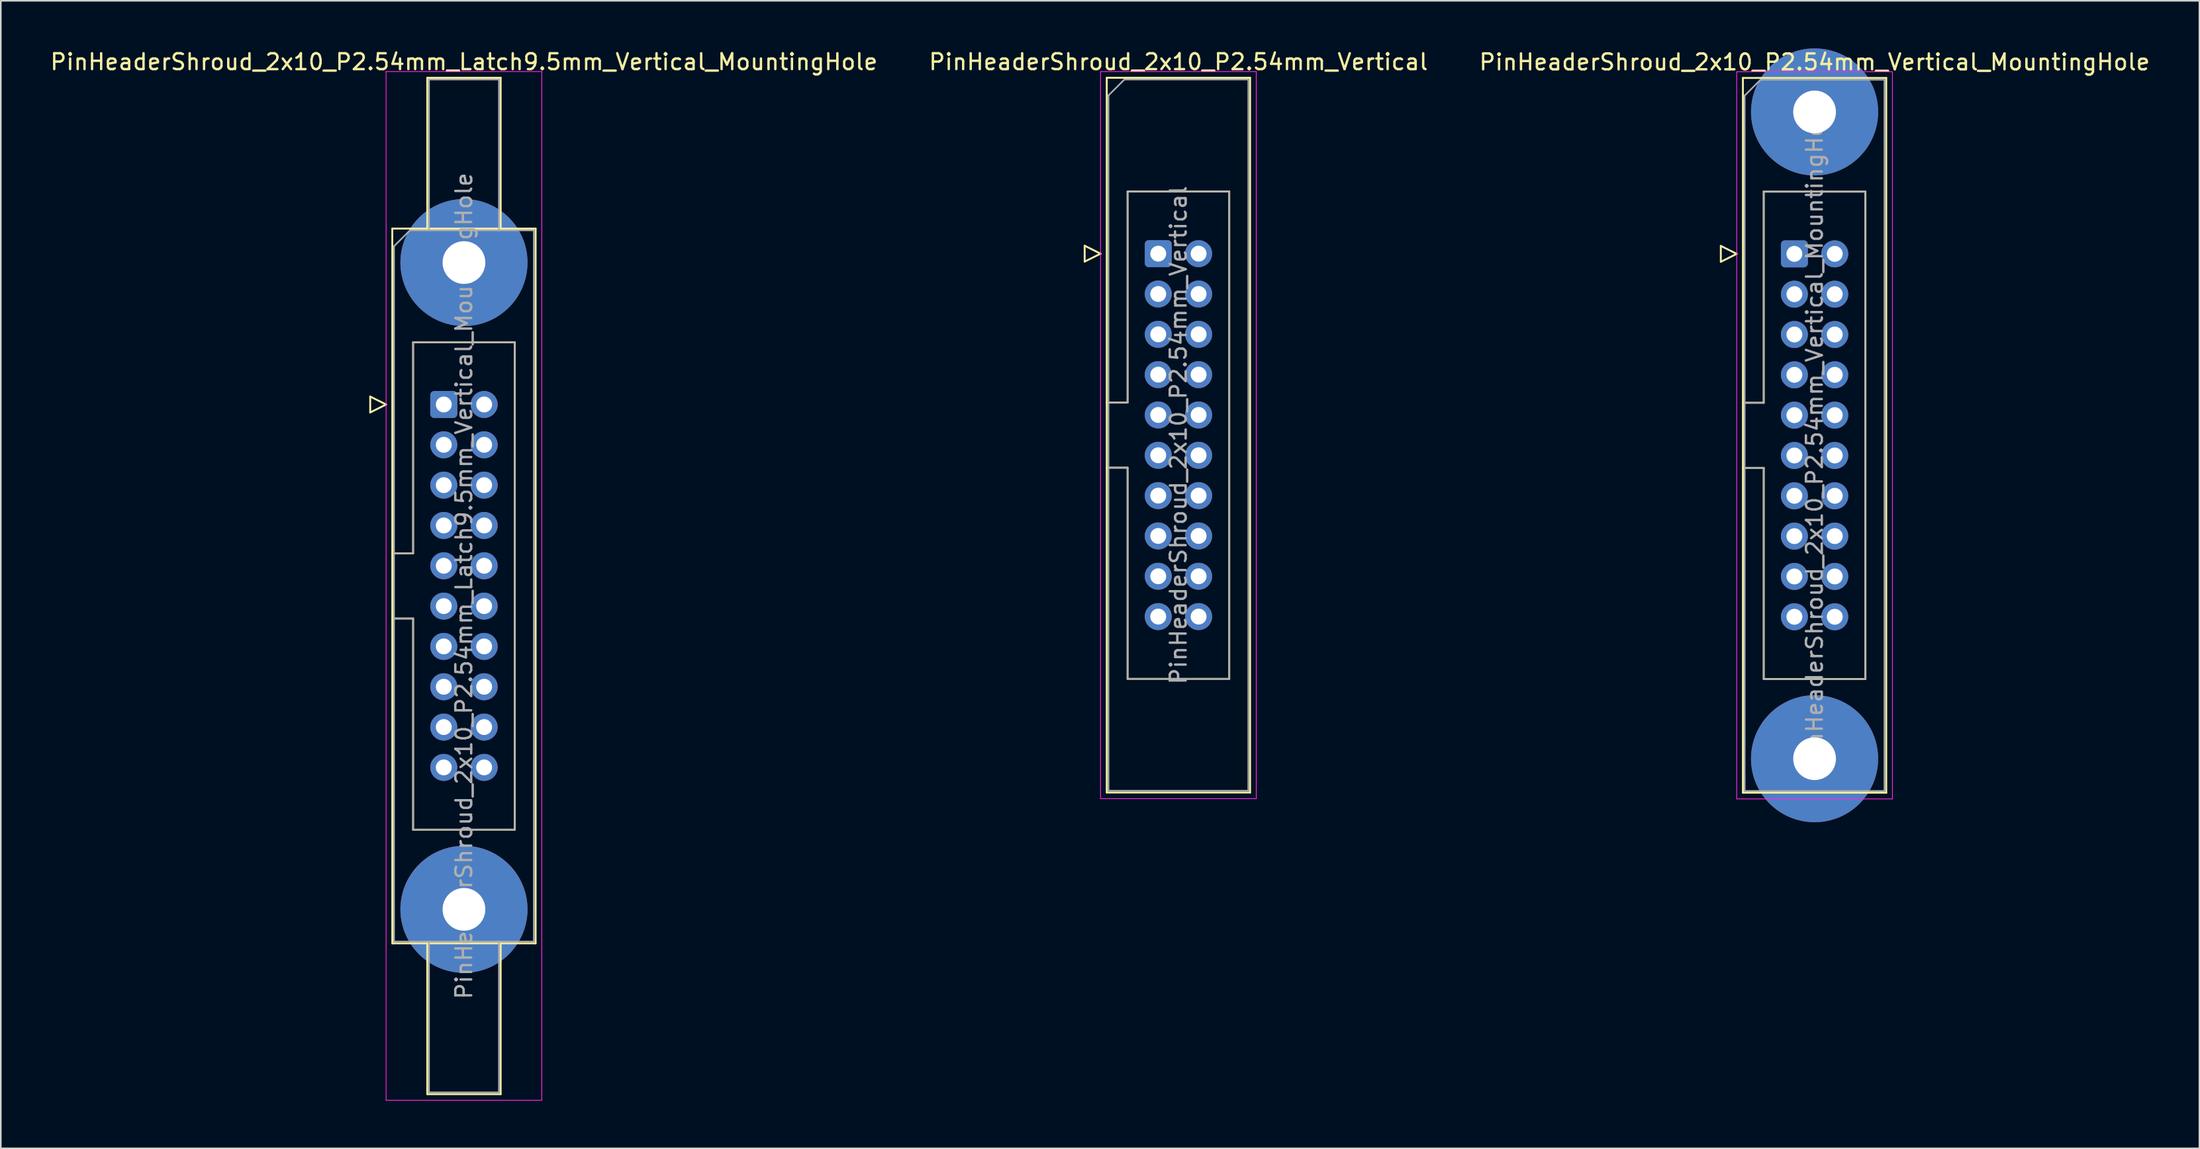
<source format=kicad_pcb>
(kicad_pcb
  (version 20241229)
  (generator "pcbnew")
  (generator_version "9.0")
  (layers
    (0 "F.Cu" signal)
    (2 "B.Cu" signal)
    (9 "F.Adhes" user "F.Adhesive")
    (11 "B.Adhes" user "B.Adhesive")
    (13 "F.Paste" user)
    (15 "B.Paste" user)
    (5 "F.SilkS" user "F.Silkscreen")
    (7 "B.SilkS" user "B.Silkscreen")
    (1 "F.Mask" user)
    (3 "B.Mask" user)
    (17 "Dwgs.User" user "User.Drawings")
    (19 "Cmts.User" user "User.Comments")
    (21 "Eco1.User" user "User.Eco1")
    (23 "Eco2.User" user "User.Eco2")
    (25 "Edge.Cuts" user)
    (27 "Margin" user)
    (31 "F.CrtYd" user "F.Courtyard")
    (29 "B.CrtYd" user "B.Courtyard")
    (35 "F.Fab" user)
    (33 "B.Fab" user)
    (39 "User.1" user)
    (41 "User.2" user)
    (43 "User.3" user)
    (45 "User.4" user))
  (footprint "PinHeaderShroud_2x10_P2.54mm_Vertical"
    (layer "F.Cu")
    (at 69.843 12.928)
    (property "Reference" "PinHeaderShroud_2x10_P2.54mm_Vertical" (at 1.27 -12.08 0) (layer "F.SilkS") (effects (font (size 1 1) (thickness 0.15))))
    (attr through_hole)
    (fp_line (start -4.63 -0.5) (end -4.63 0.5) (stroke (width 0.12) (type solid)) (layer "F.SilkS"))
    (fp_line (start -4.63 0.5) (end -3.63 0) (stroke (width 0.12) (type solid)) (layer "F.SilkS"))
    (fp_line (start -3.63 0) (end -4.63 -0.5) (stroke (width 0.12) (type solid)) (layer "F.SilkS"))
    (fp_line (start -3.24 -11.08) (end 5.78 -11.08) (stroke (width 0.12) (type solid)) (layer "F.SilkS"))
    (fp_line (start -3.24 9.38) (end -1.93 9.38) (stroke (width 0.12) (type solid)) (layer "F.SilkS"))
    (fp_line (start -3.24 13.48) (end -1.93 13.48) (stroke (width 0.12) (type solid)) (layer "F.SilkS"))
    (fp_line (start -3.24 33.94) (end -3.24 -11.08) (stroke (width 0.12) (type solid)) (layer "F.SilkS"))
    (fp_line (start -1.93 -3.92) (end 4.47 -3.92) (stroke (width 0.12) (type solid)) (layer "F.SilkS"))
    (fp_line (start -1.93 9.38) (end -1.93 -3.92) (stroke (width 0.12) (type solid)) (layer "F.SilkS"))
    (fp_line (start -1.93 26.78) (end -1.93 13.48) (stroke (width 0.12) (type solid)) (layer "F.SilkS"))
    (fp_line (start 4.47 -3.92) (end 4.47 26.78) (stroke (width 0.12) (type solid)) (layer "F.SilkS"))
    (fp_line (start 4.47 26.78) (end -1.93 26.78) (stroke (width 0.12) (type solid)) (layer "F.SilkS"))
    (fp_line (start 5.78 -11.08) (end 5.78 33.94) (stroke (width 0.12) (type solid)) (layer "F.SilkS"))
    (fp_line (start 5.78 33.94) (end -3.24 33.94) (stroke (width 0.12) (type solid)) (layer "F.SilkS"))
    (fp_line (start -3.63 -11.47) (end -3.63 34.33) (stroke (width 0.05) (type solid)) (layer "F.CrtYd"))
    (fp_line (start -3.63 34.33) (end 6.17 34.33) (stroke (width 0.05) (type solid)) (layer "F.CrtYd"))
    (fp_line (start 6.17 -11.47) (end -3.63 -11.47) (stroke (width 0.05) (type solid)) (layer "F.CrtYd"))
    (fp_line (start 6.17 34.33) (end 6.17 -11.47) (stroke (width 0.05) (type solid)) (layer "F.CrtYd"))
    (fp_line (start -3.13 -9.97) (end -2.13 -10.97) (stroke (width 0.1) (type solid)) (layer "F.Fab"))
    (fp_line (start -3.13 9.38) (end -1.93 9.38) (stroke (width 0.1) (type solid)) (layer "F.Fab"))
    (fp_line (start -3.13 13.48) (end -1.93 13.48) (stroke (width 0.1) (type solid)) (layer "F.Fab"))
    (fp_line (start -3.13 33.83) (end -3.13 -9.97) (stroke (width 0.1) (type solid)) (layer "F.Fab"))
    (fp_line (start -2.13 -10.97) (end 5.67 -10.97) (stroke (width 0.1) (type solid)) (layer "F.Fab"))
    (fp_line (start -1.93 -3.92) (end 4.47 -3.92) (stroke (width 0.1) (type solid)) (layer "F.Fab"))
    (fp_line (start -1.93 9.38) (end -1.93 -3.92) (stroke (width 0.1) (type solid)) (layer "F.Fab"))
    (fp_line (start -1.93 26.78) (end -1.93 13.48) (stroke (width 0.1) (type solid)) (layer "F.Fab"))
    (fp_line (start 4.47 -3.92) (end 4.47 26.78) (stroke (width 0.1) (type solid)) (layer "F.Fab"))
    (fp_line (start 4.47 26.78) (end -1.93 26.78) (stroke (width 0.1) (type solid)) (layer "F.Fab"))
    (fp_line (start 5.67 -10.97) (end 5.67 33.83) (stroke (width 0.1) (type solid)) (layer "F.Fab"))
    (fp_line (start 5.67 33.83) (end -3.13 33.83) (stroke (width 0.1) (type solid)) (layer "F.Fab"))
    (fp_text user "${REFERENCE}" (at 1.27 11.43 90) (layer "F.Fab") (effects (font (size 1 1) (thickness 0.15))))
    (pad "1" thru_hole roundrect (at 0 0) (size 1.7 1.7) (drill 1) (layers "*.Cu" "*.Mask") (roundrect_rratio 0.147))
    (pad "2" thru_hole circle (at 2.54 0) (size 1.7 1.7) (drill 1) (layers "*.Cu" "*.Mask"))
    (pad "3" thru_hole circle (at 0 2.54) (size 1.7 1.7) (drill 1) (layers "*.Cu" "*.Mask"))
    (pad "4" thru_hole circle (at 2.54 2.54) (size 1.7 1.7) (drill 1) (layers "*.Cu" "*.Mask"))
    (pad "5" thru_hole circle (at 0 5.08) (size 1.7 1.7) (drill 1) (layers "*.Cu" "*.Mask"))
    (pad "6" thru_hole circle (at 2.54 5.08) (size 1.7 1.7) (drill 1) (layers "*.Cu" "*.Mask"))
    (pad "7" thru_hole circle (at 0 7.62) (size 1.7 1.7) (drill 1) (layers "*.Cu" "*.Mask"))
    (pad "8" thru_hole circle (at 2.54 7.62) (size 1.7 1.7) (drill 1) (layers "*.Cu" "*.Mask"))
    (pad "9" thru_hole circle (at 0 10.16) (size 1.7 1.7) (drill 1) (layers "*.Cu" "*.Mask"))
    (pad "10" thru_hole circle (at 2.54 10.16) (size 1.7 1.7) (drill 1) (layers "*.Cu" "*.Mask"))
    (pad "11" thru_hole circle (at 0 12.7) (size 1.7 1.7) (drill 1) (layers "*.Cu" "*.Mask"))
    (pad "12" thru_hole circle (at 2.54 12.7) (size 1.7 1.7) (drill 1) (layers "*.Cu" "*.Mask"))
    (pad "13" thru_hole circle (at 0 15.24) (size 1.7 1.7) (drill 1) (layers "*.Cu" "*.Mask"))
    (pad "14" thru_hole circle (at 2.54 15.24) (size 1.7 1.7) (drill 1) (layers "*.Cu" "*.Mask"))
    (pad "15" thru_hole circle (at 0 17.78) (size 1.7 1.7) (drill 1) (layers "*.Cu" "*.Mask"))
    (pad "16" thru_hole circle (at 2.54 17.78) (size 1.7 1.7) (drill 1) (layers "*.Cu" "*.Mask"))
    (pad "17" thru_hole circle (at 0 20.32) (size 1.7 1.7) (drill 1) (layers "*.Cu" "*.Mask"))
    (pad "18" thru_hole circle (at 2.54 20.32) (size 1.7 1.7) (drill 1) (layers "*.Cu" "*.Mask"))
    (pad "19" thru_hole circle (at 0 22.86) (size 1.7 1.7) (drill 1) (layers "*.Cu" "*.Mask"))
    (pad "20" thru_hole circle (at 2.54 22.86) (size 1.7 1.7) (drill 1) (layers "*.Cu" "*.Mask")))
  (footprint "PinHeaderShroud_2x10_P2.54mm_Latch9.5mm_Vertical_MountingHole"
    (layer "F.Cu")
    (at 24.879 22.428)
    (property "Reference" "PinHeaderShroud_2x10_P2.54mm_Latch9.5mm_Vertical_MountingHole" (at 1.27 -21.58 0) (layer "F.SilkS") (effects (font (size 1 1) (thickness 0.15))))
    (attr through_hole)
    (fp_line (start -4.63 -0.5) (end -4.63 0.5) (stroke (width 0.12) (type solid)) (layer "F.SilkS"))
    (fp_line (start -4.63 0.5) (end -3.63 0) (stroke (width 0.12) (type solid)) (layer "F.SilkS"))
    (fp_line (start -3.63 0) (end -4.63 -0.5) (stroke (width 0.12) (type solid)) (layer "F.SilkS"))
    (fp_line (start -3.24 -11.08) (end 5.78 -11.08) (stroke (width 0.12) (type solid)) (layer "F.SilkS"))
    (fp_line (start -3.24 9.38) (end -1.93 9.38) (stroke (width 0.12) (type solid)) (layer "F.SilkS"))
    (fp_line (start -3.24 13.48) (end -1.93 13.48) (stroke (width 0.12) (type solid)) (layer "F.SilkS"))
    (fp_line (start -3.24 33.94) (end -3.24 -11.08) (stroke (width 0.12) (type solid)) (layer "F.SilkS"))
    (fp_line (start -1.93 -3.92) (end 4.47 -3.92) (stroke (width 0.12) (type solid)) (layer "F.SilkS"))
    (fp_line (start -1.93 9.38) (end -1.93 -3.92) (stroke (width 0.12) (type solid)) (layer "F.SilkS"))
    (fp_line (start -1.93 26.78) (end -1.93 13.48) (stroke (width 0.12) (type solid)) (layer "F.SilkS"))
    (fp_line (start -1.04 -20.58) (end 3.58 -20.58) (stroke (width 0.12) (type solid)) (layer "F.SilkS"))
    (fp_line (start -1.04 -11.08) (end -1.04 -20.58) (stroke (width 0.12) (type solid)) (layer "F.SilkS"))
    (fp_line (start -1.04 33.94) (end -1.04 43.44) (stroke (width 0.12) (type solid)) (layer "F.SilkS"))
    (fp_line (start -1.04 43.44) (end 3.58 43.44) (stroke (width 0.12) (type solid)) (layer "F.SilkS"))
    (fp_line (start 3.58 -20.58) (end 3.58 -11.08) (stroke (width 0.12) (type solid)) (layer "F.SilkS"))
    (fp_line (start 3.58 43.44) (end 3.58 33.94) (stroke (width 0.12) (type solid)) (layer "F.SilkS"))
    (fp_line (start 4.47 -3.92) (end 4.47 26.78) (stroke (width 0.12) (type solid)) (layer "F.SilkS"))
    (fp_line (start 4.47 26.78) (end -1.93 26.78) (stroke (width 0.12) (type solid)) (layer "F.SilkS"))
    (fp_line (start 5.78 -11.08) (end 5.78 33.94) (stroke (width 0.12) (type solid)) (layer "F.SilkS"))
    (fp_line (start 5.78 33.94) (end -3.24 33.94) (stroke (width 0.12) (type solid)) (layer "F.SilkS"))
    (fp_line (start -3.63 -20.97) (end -3.63 43.83) (stroke (width 0.05) (type solid)) (layer "F.CrtYd"))
    (fp_line (start -3.63 43.83) (end 6.17 43.83) (stroke (width 0.05) (type solid)) (layer "F.CrtYd"))
    (fp_line (start 6.17 -20.97) (end -3.63 -20.97) (stroke (width 0.05) (type solid)) (layer "F.CrtYd"))
    (fp_line (start 6.17 43.83) (end 6.17 -20.97) (stroke (width 0.05) (type solid)) (layer "F.CrtYd"))
    (fp_line (start -3.13 -9.97) (end -2.13 -10.97) (stroke (width 0.1) (type solid)) (layer "F.Fab"))
    (fp_line (start -3.13 9.38) (end -1.93 9.38) (stroke (width 0.1) (type solid)) (layer "F.Fab"))
    (fp_line (start -3.13 13.48) (end -1.93 13.48) (stroke (width 0.1) (type solid)) (layer "F.Fab"))
    (fp_line (start -3.13 33.83) (end -3.13 -9.97) (stroke (width 0.1) (type solid)) (layer "F.Fab"))
    (fp_line (start -2.13 -10.97) (end 5.67 -10.97) (stroke (width 0.1) (type solid)) (layer "F.Fab"))
    (fp_line (start -1.93 -3.92) (end 4.47 -3.92) (stroke (width 0.1) (type solid)) (layer "F.Fab"))
    (fp_line (start -1.93 9.38) (end -1.93 -3.92) (stroke (width 0.1) (type solid)) (layer "F.Fab"))
    (fp_line (start -1.93 26.78) (end -1.93 13.48) (stroke (width 0.1) (type solid)) (layer "F.Fab"))
    (fp_line (start -0.93 -20.47) (end 3.47 -20.47) (stroke (width 0.1) (type solid)) (layer "F.Fab"))
    (fp_line (start -0.93 -10.97) (end -0.93 -20.47) (stroke (width 0.1) (type solid)) (layer "F.Fab"))
    (fp_line (start -0.93 33.83) (end -0.93 43.33) (stroke (width 0.1) (type solid)) (layer "F.Fab"))
    (fp_line (start -0.93 43.33) (end 3.47 43.33) (stroke (width 0.1) (type solid)) (layer "F.Fab"))
    (fp_line (start 3.47 -20.47) (end 3.47 -10.97) (stroke (width 0.1) (type solid)) (layer "F.Fab"))
    (fp_line (start 3.47 43.33) (end 3.47 33.83) (stroke (width 0.1) (type solid)) (layer "F.Fab"))
    (fp_line (start 4.47 -3.92) (end 4.47 26.78) (stroke (width 0.1) (type solid)) (layer "F.Fab"))
    (fp_line (start 4.47 26.78) (end -1.93 26.78) (stroke (width 0.1) (type solid)) (layer "F.Fab"))
    (fp_line (start 5.67 -10.97) (end 5.67 33.83) (stroke (width 0.1) (type solid)) (layer "F.Fab"))
    (fp_line (start 5.67 33.83) (end -3.13 33.83) (stroke (width 0.1) (type solid)) (layer "F.Fab"))
    (fp_text user "${REFERENCE}" (at 1.27 11.43 90) (layer "F.Fab") (effects (font (size 1 1) (thickness 0.15))))
    (pad "" thru_hole circle (at 1.27 -8.94) (size 8 8) (drill 2.69) (layers "*.Cu" "*.Mask"))
    (pad "" thru_hole circle (at 1.27 31.8) (size 8 8) (drill 2.69) (layers "*.Cu" "*.Mask"))
    (pad "1" thru_hole roundrect (at 0 0) (size 1.7 1.7) (drill 1) (layers "*.Cu" "*.Mask") (roundrect_rratio 0.147))
    (pad "2" thru_hole circle (at 2.54 0) (size 1.7 1.7) (drill 1) (layers "*.Cu" "*.Mask"))
    (pad "3" thru_hole circle (at 0 2.54) (size 1.7 1.7) (drill 1) (layers "*.Cu" "*.Mask"))
    (pad "4" thru_hole circle (at 2.54 2.54) (size 1.7 1.7) (drill 1) (layers "*.Cu" "*.Mask"))
    (pad "5" thru_hole circle (at 0 5.08) (size 1.7 1.7) (drill 1) (layers "*.Cu" "*.Mask"))
    (pad "6" thru_hole circle (at 2.54 5.08) (size 1.7 1.7) (drill 1) (layers "*.Cu" "*.Mask"))
    (pad "7" thru_hole circle (at 0 7.62) (size 1.7 1.7) (drill 1) (layers "*.Cu" "*.Mask"))
    (pad "8" thru_hole circle (at 2.54 7.62) (size 1.7 1.7) (drill 1) (layers "*.Cu" "*.Mask"))
    (pad "9" thru_hole circle (at 0 10.16) (size 1.7 1.7) (drill 1) (layers "*.Cu" "*.Mask"))
    (pad "10" thru_hole circle (at 2.54 10.16) (size 1.7 1.7) (drill 1) (layers "*.Cu" "*.Mask"))
    (pad "11" thru_hole circle (at 0 12.7) (size 1.7 1.7) (drill 1) (layers "*.Cu" "*.Mask"))
    (pad "12" thru_hole circle (at 2.54 12.7) (size 1.7 1.7) (drill 1) (layers "*.Cu" "*.Mask"))
    (pad "13" thru_hole circle (at 0 15.24) (size 1.7 1.7) (drill 1) (layers "*.Cu" "*.Mask"))
    (pad "14" thru_hole circle (at 2.54 15.24) (size 1.7 1.7) (drill 1) (layers "*.Cu" "*.Mask"))
    (pad "15" thru_hole circle (at 0 17.78) (size 1.7 1.7) (drill 1) (layers "*.Cu" "*.Mask"))
    (pad "16" thru_hole circle (at 2.54 17.78) (size 1.7 1.7) (drill 1) (layers "*.Cu" "*.Mask"))
    (pad "17" thru_hole circle (at 0 20.32) (size 1.7 1.7) (drill 1) (layers "*.Cu" "*.Mask"))
    (pad "18" thru_hole circle (at 2.54 20.32) (size 1.7 1.7) (drill 1) (layers "*.Cu" "*.Mask"))
    (pad "19" thru_hole circle (at 0 22.86) (size 1.7 1.7) (drill 1) (layers "*.Cu" "*.Mask"))
    (pad "20" thru_hole circle (at 2.54 22.86) (size 1.7 1.7) (drill 1) (layers "*.Cu" "*.Mask")))
  (footprint "PinHeaderShroud_2x10_P2.54mm_Vertical_MountingHole"
    (layer "F.Cu")
    (at 109.879 12.94)
    (property "Reference" "PinHeaderShroud_2x10_P2.54mm_Vertical_MountingHole" (at 1.27 -12.08 0) (layer "F.SilkS") (effects (font (size 1 1) (thickness 0.15))))
    (attr through_hole)
    (fp_line (start -4.63 -0.5) (end -4.63 0.5) (stroke (width 0.12) (type solid)) (layer "F.SilkS"))
    (fp_line (start -4.63 0.5) (end -3.63 0) (stroke (width 0.12) (type solid)) (layer "F.SilkS"))
    (fp_line (start -3.63 0) (end -4.63 -0.5) (stroke (width 0.12) (type solid)) (layer "F.SilkS"))
    (fp_line (start -3.24 -11.08) (end 5.78 -11.08) (stroke (width 0.12) (type solid)) (layer "F.SilkS"))
    (fp_line (start -3.24 9.38) (end -1.93 9.38) (stroke (width 0.12) (type solid)) (layer "F.SilkS"))
    (fp_line (start -3.24 13.48) (end -1.93 13.48) (stroke (width 0.12) (type solid)) (layer "F.SilkS"))
    (fp_line (start -3.24 33.94) (end -3.24 -11.08) (stroke (width 0.12) (type solid)) (layer "F.SilkS"))
    (fp_line (start -1.93 -3.92) (end 4.47 -3.92) (stroke (width 0.12) (type solid)) (layer "F.SilkS"))
    (fp_line (start -1.93 9.38) (end -1.93 -3.92) (stroke (width 0.12) (type solid)) (layer "F.SilkS"))
    (fp_line (start -1.93 26.78) (end -1.93 13.48) (stroke (width 0.12) (type solid)) (layer "F.SilkS"))
    (fp_line (start 4.47 -3.92) (end 4.47 26.78) (stroke (width 0.12) (type solid)) (layer "F.SilkS"))
    (fp_line (start 4.47 26.78) (end -1.93 26.78) (stroke (width 0.12) (type solid)) (layer "F.SilkS"))
    (fp_line (start 5.78 -11.08) (end 5.78 33.94) (stroke (width 0.12) (type solid)) (layer "F.SilkS"))
    (fp_line (start 5.78 33.94) (end -3.24 33.94) (stroke (width 0.12) (type solid)) (layer "F.SilkS"))
    (fp_line (start -3.63 -11.47) (end -3.63 34.33) (stroke (width 0.05) (type solid)) (layer "F.CrtYd"))
    (fp_line (start -3.63 34.33) (end 6.17 34.33) (stroke (width 0.05) (type solid)) (layer "F.CrtYd"))
    (fp_line (start 6.17 -11.47) (end -3.63 -11.47) (stroke (width 0.05) (type solid)) (layer "F.CrtYd"))
    (fp_line (start 6.17 34.33) (end 6.17 -11.47) (stroke (width 0.05) (type solid)) (layer "F.CrtYd"))
    (fp_line (start -3.13 -9.97) (end -2.13 -10.97) (stroke (width 0.1) (type solid)) (layer "F.Fab"))
    (fp_line (start -3.13 9.38) (end -1.93 9.38) (stroke (width 0.1) (type solid)) (layer "F.Fab"))
    (fp_line (start -3.13 13.48) (end -1.93 13.48) (stroke (width 0.1) (type solid)) (layer "F.Fab"))
    (fp_line (start -3.13 33.83) (end -3.13 -9.97) (stroke (width 0.1) (type solid)) (layer "F.Fab"))
    (fp_line (start -2.13 -10.97) (end 5.67 -10.97) (stroke (width 0.1) (type solid)) (layer "F.Fab"))
    (fp_line (start -1.93 -3.92) (end 4.47 -3.92) (stroke (width 0.1) (type solid)) (layer "F.Fab"))
    (fp_line (start -1.93 9.38) (end -1.93 -3.92) (stroke (width 0.1) (type solid)) (layer "F.Fab"))
    (fp_line (start -1.93 26.78) (end -1.93 13.48) (stroke (width 0.1) (type solid)) (layer "F.Fab"))
    (fp_line (start 4.47 -3.92) (end 4.47 26.78) (stroke (width 0.1) (type solid)) (layer "F.Fab"))
    (fp_line (start 4.47 26.78) (end -1.93 26.78) (stroke (width 0.1) (type solid)) (layer "F.Fab"))
    (fp_line (start 5.67 -10.97) (end 5.67 33.83) (stroke (width 0.1) (type solid)) (layer "F.Fab"))
    (fp_line (start 5.67 33.83) (end -3.13 33.83) (stroke (width 0.1) (type solid)) (layer "F.Fab"))
    (fp_text user "${REFERENCE}" (at 1.27 11.43 90) (layer "F.Fab") (effects (font (size 1 1) (thickness 0.15))))
    (pad "" thru_hole circle (at 1.27 -8.94) (size 8 8) (drill 2.69) (layers "*.Cu" "*.Mask"))
    (pad "" thru_hole circle (at 1.27 31.8) (size 8 8) (drill 2.69) (layers "*.Cu" "*.Mask"))
    (pad "1" thru_hole roundrect (at 0 0) (size 1.7 1.7) (drill 1) (layers "*.Cu" "*.Mask") (roundrect_rratio 0.147))
    (pad "2" thru_hole circle (at 2.54 0) (size 1.7 1.7) (drill 1) (layers "*.Cu" "*.Mask"))
    (pad "3" thru_hole circle (at 0 2.54) (size 1.7 1.7) (drill 1) (layers "*.Cu" "*.Mask"))
    (pad "4" thru_hole circle (at 2.54 2.54) (size 1.7 1.7) (drill 1) (layers "*.Cu" "*.Mask"))
    (pad "5" thru_hole circle (at 0 5.08) (size 1.7 1.7) (drill 1) (layers "*.Cu" "*.Mask"))
    (pad "6" thru_hole circle (at 2.54 5.08) (size 1.7 1.7) (drill 1) (layers "*.Cu" "*.Mask"))
    (pad "7" thru_hole circle (at 0 7.62) (size 1.7 1.7) (drill 1) (layers "*.Cu" "*.Mask"))
    (pad "8" thru_hole circle (at 2.54 7.62) (size 1.7 1.7) (drill 1) (layers "*.Cu" "*.Mask"))
    (pad "9" thru_hole circle (at 0 10.16) (size 1.7 1.7) (drill 1) (layers "*.Cu" "*.Mask"))
    (pad "10" thru_hole circle (at 2.54 10.16) (size 1.7 1.7) (drill 1) (layers "*.Cu" "*.Mask"))
    (pad "11" thru_hole circle (at 0 12.7) (size 1.7 1.7) (drill 1) (layers "*.Cu" "*.Mask"))
    (pad "12" thru_hole circle (at 2.54 12.7) (size 1.7 1.7) (drill 1) (layers "*.Cu" "*.Mask"))
    (pad "13" thru_hole circle (at 0 15.24) (size 1.7 1.7) (drill 1) (layers "*.Cu" "*.Mask"))
    (pad "14" thru_hole circle (at 2.54 15.24) (size 1.7 1.7) (drill 1) (layers "*.Cu" "*.Mask"))
    (pad "15" thru_hole circle (at 0 17.78) (size 1.7 1.7) (drill 1) (layers "*.Cu" "*.Mask"))
    (pad "16" thru_hole circle (at 2.54 17.78) (size 1.7 1.7) (drill 1) (layers "*.Cu" "*.Mask"))
    (pad "17" thru_hole circle (at 0 20.32) (size 1.7 1.7) (drill 1) (layers "*.Cu" "*.Mask"))
    (pad "18" thru_hole circle (at 2.54 20.32) (size 1.7 1.7) (drill 1) (layers "*.Cu" "*.Mask"))
    (pad "19" thru_hole circle (at 0 22.86) (size 1.7 1.7) (drill 1) (layers "*.Cu" "*.Mask"))
    (pad "20" thru_hole circle (at 2.54 22.86) (size 1.7 1.7) (drill 1) (layers "*.Cu" "*.Mask")))
  (gr_rect
    (start -3 -3)
    (end 135.369 69.283)
    (stroke (width 0.1) (type default))
    (fill no)
    (layer "Edge.Cuts")))
</source>
